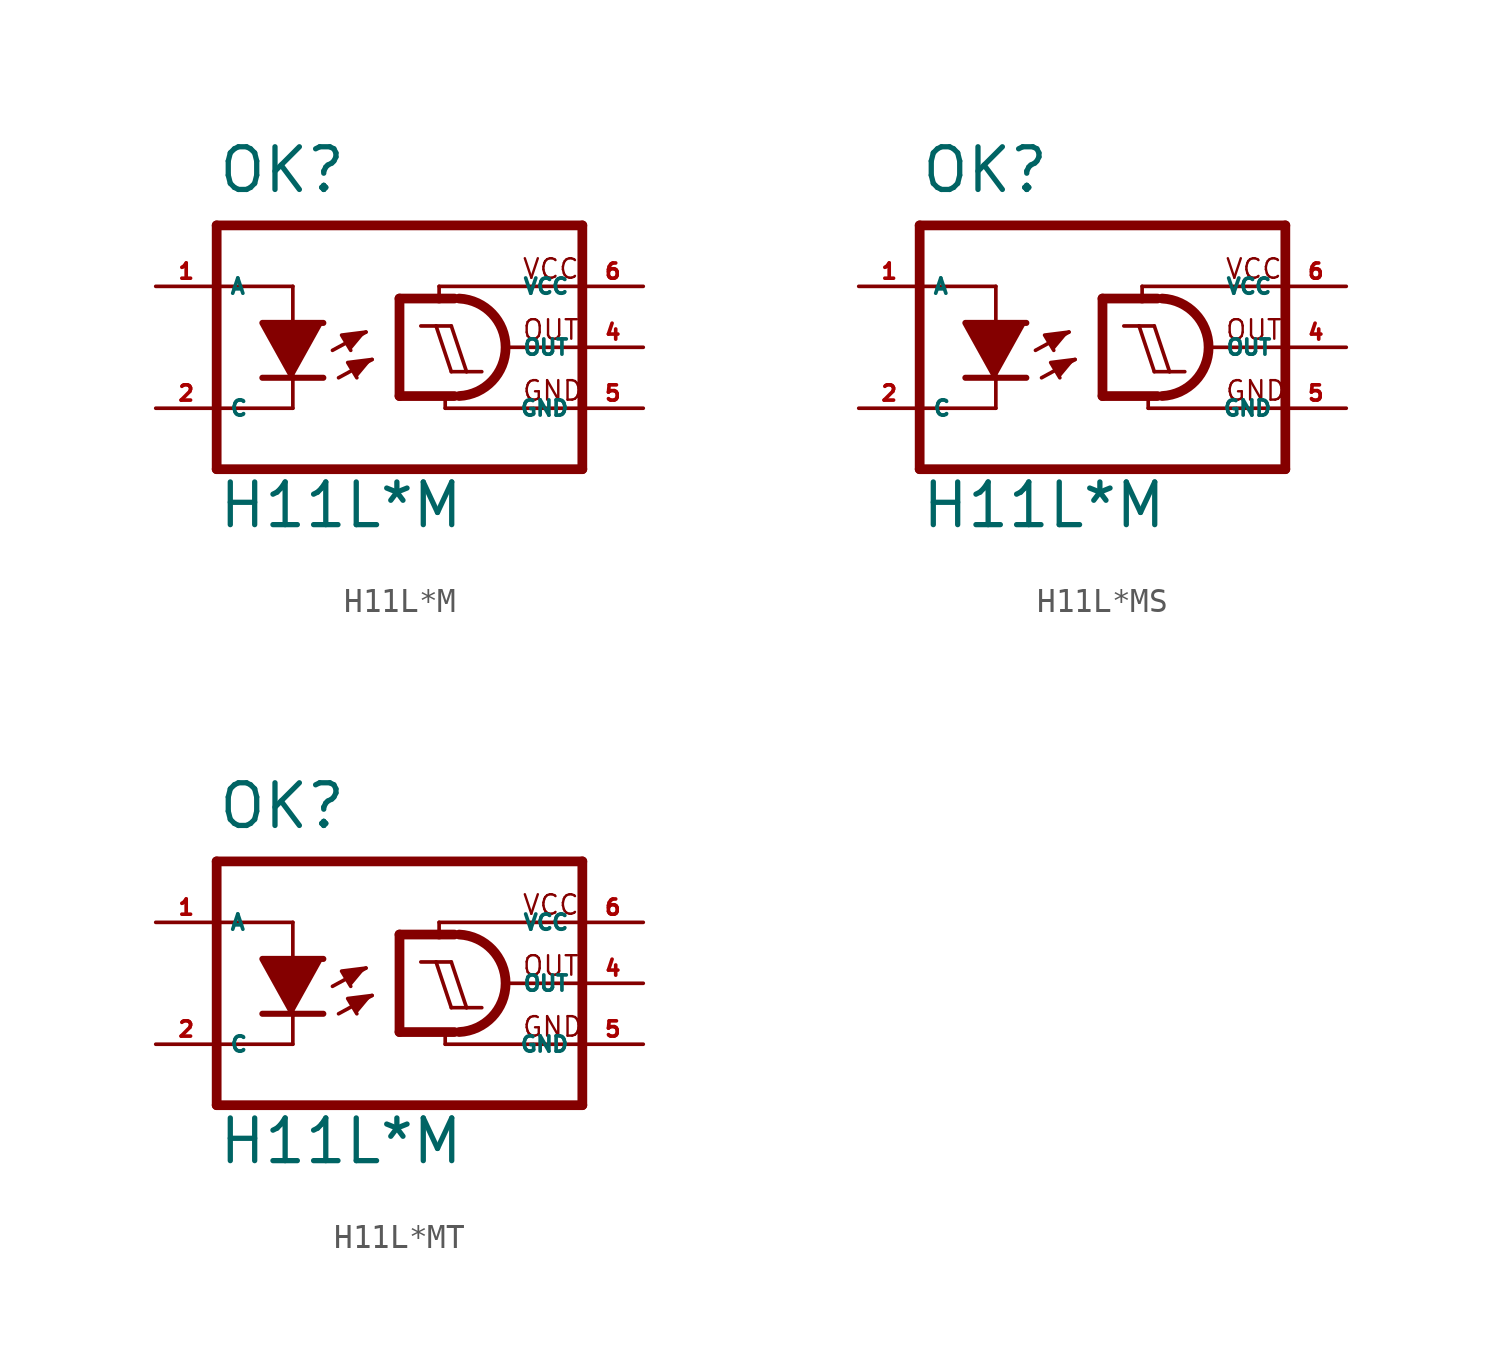
<source format=kicad_sym>
(kicad_symbol_lib
  (version 20220914)
  (generator kicad_symbol_editor)
  (symbol "H11L*M"
    (property "Reference" "OK"
      (at -7.62 6.35 0)
      (effects (font (size 1.778 1.778) (thickness 0.22)) (justify left bottom)))
    (property "Value" "H11L*M"
      (at -7.62 -7.62 0)
      (effects (font (size 1.778 1.778) (thickness 0.22)) (justify left bottom)))
    (symbol "H11L*M_1_1"
      (polyline (pts (xy -7.62 -2.54) (xy -4.445 -2.54)) (stroke (width 0.152) (type default)) (fill (type none)))
      (polyline (pts (xy -7.62 2.54) (xy -4.445 2.54)) (stroke (width 0.152) (type default)) (fill (type none)))
      (polyline (pts (xy -7.62 5.08) (xy -7.62 -5.08)) (stroke (width 0.406) (type default)) (fill (type none)))
      (polyline (pts (xy -4.445 -2.54) (xy -4.445 -1.27)) (stroke (width 0.152) (type default)) (fill (type none)))
      (polyline (pts (xy -4.445 -1.27) (xy -5.715 -1.27)) (stroke (width 0.254) (type default)) (fill (type none)))
      (polyline (pts (xy -4.445 1.143) (xy -4.445 2.54)) (stroke (width 0.152) (type default)) (fill (type none)))
      (polyline (pts (xy -3.175 -1.27) (xy -4.445 -1.27)) (stroke (width 0.254) (type default)) (fill (type none)))
      (polyline (pts (xy -2.794 -0.127) (xy -1.397 0.635)) (stroke (width 0.152) (type default)) (fill (type none)))
      (polyline (pts (xy -2.54 -1.27) (xy -1.143 -0.508)) (stroke (width 0.152) (type default)) (fill (type none)))
      (polyline (pts (xy 0 2.032) (xy 0 -2.032)) (stroke (width 0.406) (type default)) (fill (type none)))
      (polyline (pts (xy 0 2.032) (xy 1.651 2.032)) (stroke (width 0.406) (type default)) (fill (type none)))
      (polyline (pts (xy 1.524 0.889) (xy 0.889 0.889)) (stroke (width 0.152) (type default)) (fill (type none)))
      (polyline (pts (xy 1.651 2.032) (xy 1.651 2.54)) (stroke (width 0.152) (type default)) (fill (type none)))
      (polyline (pts (xy 1.651 2.032) (xy 2.286 2.032)) (stroke (width 0.406) (type default)) (fill (type none)))
      (polyline (pts (xy 1.651 2.54) (xy 7.62 2.54)) (stroke (width 0.152) (type default)) (fill (type none)))
      (polyline (pts (xy 1.905 -2.54) (xy 7.62 -2.54)) (stroke (width 0.152) (type default)) (fill (type none)))
      (polyline (pts (xy 1.905 -2.159) (xy 1.905 -2.54)) (stroke (width 0.152) (type default)) (fill (type none)))
      (polyline (pts (xy 2.159 -1.016) (xy 1.524 0.889)) (stroke (width 0.152) (type default)) (fill (type none)))
      (polyline (pts (xy 2.159 0.889) (xy 1.524 0.889)) (stroke (width 0.152) (type default)) (fill (type none)))
      (polyline (pts (xy 2.286 -2.032) (xy 0 -2.032)) (stroke (width 0.406) (type default)) (fill (type none)))
      (polyline (pts (xy 2.794 -1.016) (xy 2.159 -1.016)) (stroke (width 0.152) (type default)) (fill (type none)))
      (polyline (pts (xy 2.794 -1.016) (xy 2.159 0.889)) (stroke (width 0.152) (type default)) (fill (type none)))
      (polyline (pts (xy 3.429 -1.016) (xy 2.794 -1.016)) (stroke (width 0.152) (type default)) (fill (type none)))
      (polyline (pts (xy 4.572 0) (xy 7.62 0)) (stroke (width 0.152) (type default)) (fill (type none)))
      (polyline (pts (xy 7.62 -5.08) (xy -7.62 -5.08)) (stroke (width 0.406) (type default)) (fill (type none)))
      (polyline (pts (xy 7.62 5.08) (xy -7.62 5.08)) (stroke (width 0.406) (type default)) (fill (type none)))
      (polyline (pts (xy 7.62 5.08) (xy 7.62 -5.08)) (stroke (width 0.406) (type default)) (fill (type none)))
      (polyline (pts (xy -4.445 -1.27) (xy -5.715 1.016) (xy -3.175 1.016)) (stroke (width 0.254) (type default)) (fill (type outline)))
      (polyline (pts (xy -1.397 0.635) (xy -2.413 0.508) (xy -2.032 -0.127)) (stroke (width 0.152) (type default)) (fill (type outline)))
      (polyline (pts (xy -1.143 -0.508) (xy -2.159 -0.635) (xy -1.778 -1.27)) (stroke (width 0.152) (type default)) (fill (type outline)))
      (arc (start 2.489 -2.032) (mid 4.422 0) (end 2.489 2.032) (stroke (width 0.4064) (type default)) (fill (type none)))
      (text "GND" (at 5.08 -2.286 0) (effects (font (size 0.813 0.813) (thickness 0.1)) (justify left bottom)))
      (text "OUT" (at 5.08 0.254 0) (effects (font (size 0.813 0.813) (thickness 0.1)) (justify left bottom)))
      (text "VCC" (at 5.08 2.794 0) (effects (font (size 0.813 0.813) (thickness 0.1)) (justify left bottom)))
      (pin passive line (at -10.16 2.54 0) (length 2.54) (name "A" (effects (font (size 0.635 0.635)))) (number "1" (effects (font (size 0.635 0.635)))))
      (pin passive line (at -10.16 -2.54 0) (length 2.54) (name "C" (effects (font (size 0.635 0.635)))) (number "2" (effects (font (size 0.635 0.635)))))
      (pin output line (at 10.16 0 180) (length 2.54) (name "OUT" (effects (font (size 0.635 0.635)))) (number "4" (effects (font (size 0.635 0.635)))))
      (pin unspecified line (at 10.16 -2.54 180) (length 2.54) (name "GND" (effects (font (size 0.635 0.635)))) (number "5" (effects (font (size 0.635 0.635)))))
      (pin unspecified line (at 10.16 2.54 180) (length 2.54) (name "VCC" (effects (font (size 0.635 0.635)))) (number "6" (effects (font (size 0.635 0.635)))))))
  (symbol "H11L*MS"
    (property "Reference" "OK"
      (at -7.62 6.35 0)
      (effects (font (size 1.778 1.778) (thickness 0.22)) (justify left bottom)))
    (property "Value" "H11L*M"
      (at -7.62 -7.62 0)
      (effects (font (size 1.778 1.778) (thickness 0.22)) (justify left bottom)))
    (symbol "H11L*MS_1_1"
      (polyline (pts (xy -7.62 -2.54) (xy -4.445 -2.54)) (stroke (width 0.152) (type default)) (fill (type none)))
      (polyline (pts (xy -7.62 2.54) (xy -4.445 2.54)) (stroke (width 0.152) (type default)) (fill (type none)))
      (polyline (pts (xy -7.62 5.08) (xy -7.62 -5.08)) (stroke (width 0.406) (type default)) (fill (type none)))
      (polyline (pts (xy -4.445 -2.54) (xy -4.445 -1.27)) (stroke (width 0.152) (type default)) (fill (type none)))
      (polyline (pts (xy -4.445 -1.27) (xy -5.715 -1.27)) (stroke (width 0.254) (type default)) (fill (type none)))
      (polyline (pts (xy -4.445 1.143) (xy -4.445 2.54)) (stroke (width 0.152) (type default)) (fill (type none)))
      (polyline (pts (xy -3.175 -1.27) (xy -4.445 -1.27)) (stroke (width 0.254) (type default)) (fill (type none)))
      (polyline (pts (xy -2.794 -0.127) (xy -1.397 0.635)) (stroke (width 0.152) (type default)) (fill (type none)))
      (polyline (pts (xy -2.54 -1.27) (xy -1.143 -0.508)) (stroke (width 0.152) (type default)) (fill (type none)))
      (polyline (pts (xy 0 2.032) (xy 0 -2.032)) (stroke (width 0.406) (type default)) (fill (type none)))
      (polyline (pts (xy 0 2.032) (xy 1.651 2.032)) (stroke (width 0.406) (type default)) (fill (type none)))
      (polyline (pts (xy 1.524 0.889) (xy 0.889 0.889)) (stroke (width 0.152) (type default)) (fill (type none)))
      (polyline (pts (xy 1.651 2.032) (xy 1.651 2.54)) (stroke (width 0.152) (type default)) (fill (type none)))
      (polyline (pts (xy 1.651 2.032) (xy 2.286 2.032)) (stroke (width 0.406) (type default)) (fill (type none)))
      (polyline (pts (xy 1.651 2.54) (xy 7.62 2.54)) (stroke (width 0.152) (type default)) (fill (type none)))
      (polyline (pts (xy 1.905 -2.54) (xy 7.62 -2.54)) (stroke (width 0.152) (type default)) (fill (type none)))
      (polyline (pts (xy 1.905 -2.159) (xy 1.905 -2.54)) (stroke (width 0.152) (type default)) (fill (type none)))
      (polyline (pts (xy 2.159 -1.016) (xy 1.524 0.889)) (stroke (width 0.152) (type default)) (fill (type none)))
      (polyline (pts (xy 2.159 0.889) (xy 1.524 0.889)) (stroke (width 0.152) (type default)) (fill (type none)))
      (polyline (pts (xy 2.286 -2.032) (xy 0 -2.032)) (stroke (width 0.406) (type default)) (fill (type none)))
      (polyline (pts (xy 2.794 -1.016) (xy 2.159 -1.016)) (stroke (width 0.152) (type default)) (fill (type none)))
      (polyline (pts (xy 2.794 -1.016) (xy 2.159 0.889)) (stroke (width 0.152) (type default)) (fill (type none)))
      (polyline (pts (xy 3.429 -1.016) (xy 2.794 -1.016)) (stroke (width 0.152) (type default)) (fill (type none)))
      (polyline (pts (xy 4.572 0) (xy 7.62 0)) (stroke (width 0.152) (type default)) (fill (type none)))
      (polyline (pts (xy 7.62 -5.08) (xy -7.62 -5.08)) (stroke (width 0.406) (type default)) (fill (type none)))
      (polyline (pts (xy 7.62 5.08) (xy -7.62 5.08)) (stroke (width 0.406) (type default)) (fill (type none)))
      (polyline (pts (xy 7.62 5.08) (xy 7.62 -5.08)) (stroke (width 0.406) (type default)) (fill (type none)))
      (polyline (pts (xy -4.445 -1.27) (xy -5.715 1.016) (xy -3.175 1.016)) (stroke (width 0.254) (type default)) (fill (type outline)))
      (polyline (pts (xy -1.397 0.635) (xy -2.413 0.508) (xy -2.032 -0.127)) (stroke (width 0.152) (type default)) (fill (type outline)))
      (polyline (pts (xy -1.143 -0.508) (xy -2.159 -0.635) (xy -1.778 -1.27)) (stroke (width 0.152) (type default)) (fill (type outline)))
      (arc (start 2.489 -2.032) (mid 4.422 0) (end 2.489 2.032) (stroke (width 0.4064) (type default)) (fill (type none)))
      (text "GND" (at 5.08 -2.286 0) (effects (font (size 0.813 0.813) (thickness 0.1)) (justify left bottom)))
      (text "OUT" (at 5.08 0.254 0) (effects (font (size 0.813 0.813) (thickness 0.1)) (justify left bottom)))
      (text "VCC" (at 5.08 2.794 0) (effects (font (size 0.813 0.813) (thickness 0.1)) (justify left bottom)))
      (pin passive line (at -10.16 2.54 0) (length 2.54) (name "A" (effects (font (size 0.635 0.635)))) (number "1" (effects (font (size 0.635 0.635)))))
      (pin passive line (at -10.16 -2.54 0) (length 2.54) (name "C" (effects (font (size 0.635 0.635)))) (number "2" (effects (font (size 0.635 0.635)))))
      (pin output line (at 10.16 0 180) (length 2.54) (name "OUT" (effects (font (size 0.635 0.635)))) (number "4" (effects (font (size 0.635 0.635)))))
      (pin unspecified line (at 10.16 -2.54 180) (length 2.54) (name "GND" (effects (font (size 0.635 0.635)))) (number "5" (effects (font (size 0.635 0.635)))))
      (pin unspecified line (at 10.16 2.54 180) (length 2.54) (name "VCC" (effects (font (size 0.635 0.635)))) (number "6" (effects (font (size 0.635 0.635)))))))
  (symbol "H11L*MT"
    (property "Reference" "OK"
      (at -7.62 6.35 0)
      (effects (font (size 1.778 1.778) (thickness 0.22)) (justify left bottom)))
    (property "Value" "H11L*M"
      (at -7.62 -7.62 0)
      (effects (font (size 1.778 1.778) (thickness 0.22)) (justify left bottom)))
    (symbol "H11L*MT_1_1"
      (polyline (pts (xy -7.62 -2.54) (xy -4.445 -2.54)) (stroke (width 0.152) (type default)) (fill (type none)))
      (polyline (pts (xy -7.62 2.54) (xy -4.445 2.54)) (stroke (width 0.152) (type default)) (fill (type none)))
      (polyline (pts (xy -7.62 5.08) (xy -7.62 -5.08)) (stroke (width 0.406) (type default)) (fill (type none)))
      (polyline (pts (xy -4.445 -2.54) (xy -4.445 -1.27)) (stroke (width 0.152) (type default)) (fill (type none)))
      (polyline (pts (xy -4.445 -1.27) (xy -5.715 -1.27)) (stroke (width 0.254) (type default)) (fill (type none)))
      (polyline (pts (xy -4.445 1.143) (xy -4.445 2.54)) (stroke (width 0.152) (type default)) (fill (type none)))
      (polyline (pts (xy -3.175 -1.27) (xy -4.445 -1.27)) (stroke (width 0.254) (type default)) (fill (type none)))
      (polyline (pts (xy -2.794 -0.127) (xy -1.397 0.635)) (stroke (width 0.152) (type default)) (fill (type none)))
      (polyline (pts (xy -2.54 -1.27) (xy -1.143 -0.508)) (stroke (width 0.152) (type default)) (fill (type none)))
      (polyline (pts (xy 0 2.032) (xy 0 -2.032)) (stroke (width 0.406) (type default)) (fill (type none)))
      (polyline (pts (xy 0 2.032) (xy 1.651 2.032)) (stroke (width 0.406) (type default)) (fill (type none)))
      (polyline (pts (xy 1.524 0.889) (xy 0.889 0.889)) (stroke (width 0.152) (type default)) (fill (type none)))
      (polyline (pts (xy 1.651 2.032) (xy 1.651 2.54)) (stroke (width 0.152) (type default)) (fill (type none)))
      (polyline (pts (xy 1.651 2.032) (xy 2.286 2.032)) (stroke (width 0.406) (type default)) (fill (type none)))
      (polyline (pts (xy 1.651 2.54) (xy 7.62 2.54)) (stroke (width 0.152) (type default)) (fill (type none)))
      (polyline (pts (xy 1.905 -2.54) (xy 7.62 -2.54)) (stroke (width 0.152) (type default)) (fill (type none)))
      (polyline (pts (xy 1.905 -2.159) (xy 1.905 -2.54)) (stroke (width 0.152) (type default)) (fill (type none)))
      (polyline (pts (xy 2.159 -1.016) (xy 1.524 0.889)) (stroke (width 0.152) (type default)) (fill (type none)))
      (polyline (pts (xy 2.159 0.889) (xy 1.524 0.889)) (stroke (width 0.152) (type default)) (fill (type none)))
      (polyline (pts (xy 2.286 -2.032) (xy 0 -2.032)) (stroke (width 0.406) (type default)) (fill (type none)))
      (polyline (pts (xy 2.794 -1.016) (xy 2.159 -1.016)) (stroke (width 0.152) (type default)) (fill (type none)))
      (polyline (pts (xy 2.794 -1.016) (xy 2.159 0.889)) (stroke (width 0.152) (type default)) (fill (type none)))
      (polyline (pts (xy 3.429 -1.016) (xy 2.794 -1.016)) (stroke (width 0.152) (type default)) (fill (type none)))
      (polyline (pts (xy 4.572 0) (xy 7.62 0)) (stroke (width 0.152) (type default)) (fill (type none)))
      (polyline (pts (xy 7.62 -5.08) (xy -7.62 -5.08)) (stroke (width 0.406) (type default)) (fill (type none)))
      (polyline (pts (xy 7.62 5.08) (xy -7.62 5.08)) (stroke (width 0.406) (type default)) (fill (type none)))
      (polyline (pts (xy 7.62 5.08) (xy 7.62 -5.08)) (stroke (width 0.406) (type default)) (fill (type none)))
      (polyline (pts (xy -4.445 -1.27) (xy -5.715 1.016) (xy -3.175 1.016)) (stroke (width 0.254) (type default)) (fill (type outline)))
      (polyline (pts (xy -1.397 0.635) (xy -2.413 0.508) (xy -2.032 -0.127)) (stroke (width 0.152) (type default)) (fill (type outline)))
      (polyline (pts (xy -1.143 -0.508) (xy -2.159 -0.635) (xy -1.778 -1.27)) (stroke (width 0.152) (type default)) (fill (type outline)))
      (arc (start 2.489 -2.032) (mid 4.422 0) (end 2.489 2.032) (stroke (width 0.4064) (type default)) (fill (type none)))
      (text "GND" (at 5.08 -2.286 0) (effects (font (size 0.813 0.813) (thickness 0.1)) (justify left bottom)))
      (text "OUT" (at 5.08 0.254 0) (effects (font (size 0.813 0.813) (thickness 0.1)) (justify left bottom)))
      (text "VCC" (at 5.08 2.794 0) (effects (font (size 0.813 0.813) (thickness 0.1)) (justify left bottom)))
      (pin passive line (at -10.16 2.54 0) (length 2.54) (name "A" (effects (font (size 0.635 0.635)))) (number "1" (effects (font (size 0.635 0.635)))))
      (pin passive line (at -10.16 -2.54 0) (length 2.54) (name "C" (effects (font (size 0.635 0.635)))) (number "2" (effects (font (size 0.635 0.635)))))
      (pin output line (at 10.16 0 180) (length 2.54) (name "OUT" (effects (font (size 0.635 0.635)))) (number "4" (effects (font (size 0.635 0.635)))))
      (pin unspecified line (at 10.16 -2.54 180) (length 2.54) (name "GND" (effects (font (size 0.635 0.635)))) (number "5" (effects (font (size 0.635 0.635)))))
      (pin unspecified line (at 10.16 2.54 180) (length 2.54) (name "VCC" (effects (font (size 0.635 0.635)))) (number "6" (effects (font (size 0.635 0.635))))))))
</source>
